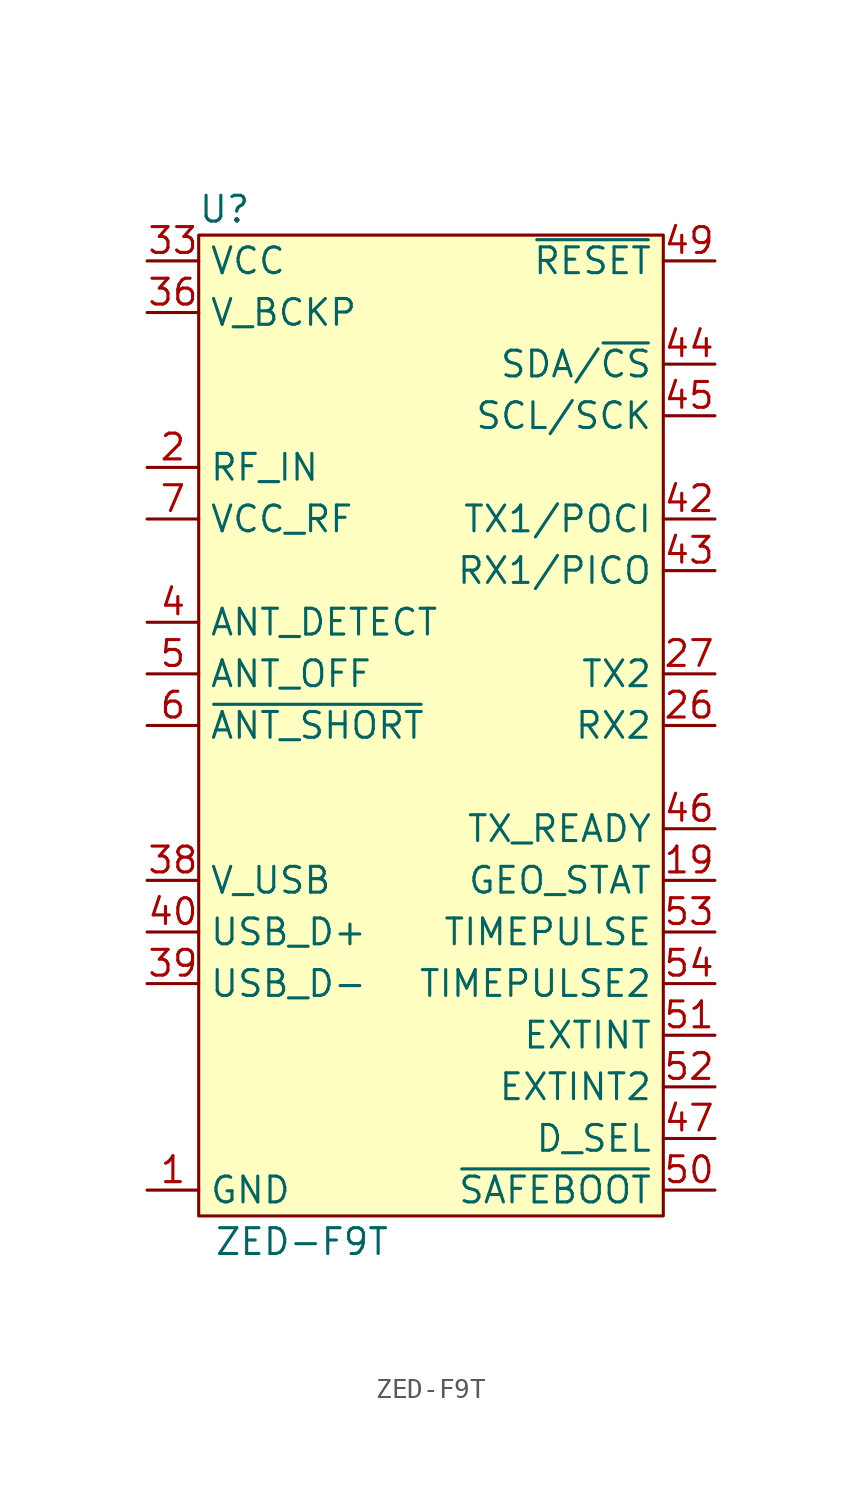
<source format=kicad_sym>
(kicad_symbol_lib
  (version 20231120)
  (generator "kicad_symbol_editor")
  (generator_version "8.0")
  (symbol "ZED-F9T"
    (property "Reference" "U"
      (at -10.16 25.4 0)
      (effects (font (size 1.27 1.27))))
    (property "Value" "ZED-F9T"
      (at -6.35 -25.4 0)
      (effects (font (size 1.27 1.27))))
    (symbol "ZED-F9T_1_0"
      (pin power_in line (at -13.97 -22.86 0) (length 2.54) (name "GND" (effects (font (size 1.27 1.27)))) (number "1" (effects (font (size 1.27 1.27)))))
      (pin power_in line (at -13.97 -22.86 0) (length 2.54) hide (name "GND" (effects (font (size 1.27 1.27)))) (number "100" (effects (font (size 1.27 1.27)))))
      (pin power_in line (at -13.97 -22.86 0) (length 2.54) hide (name "GND" (effects (font (size 1.27 1.27)))) (number "101" (effects (font (size 1.27 1.27)))))
      (pin power_in line (at -13.97 -22.86 0) (length 2.54) hide (name "GND" (effects (font (size 1.27 1.27)))) (number "102" (effects (font (size 1.27 1.27)))))
      (pin power_in line (at -13.97 -22.86 0) (length 2.54) hide (name "GND" (effects (font (size 1.27 1.27)))) (number "12" (effects (font (size 1.27 1.27)))))
      (pin power_in line (at -13.97 -22.86 0) (length 2.54) hide (name "GND" (effects (font (size 1.27 1.27)))) (number "14" (effects (font (size 1.27 1.27)))))
      (pin power_in line (at -13.97 -22.86 0) (length 2.54) hide (name "GND" (effects (font (size 1.27 1.27)))) (number "3" (effects (font (size 1.27 1.27)))))
      (pin power_in line (at -13.97 -22.86 0) (length 2.54) hide (name "GND" (effects (font (size 1.27 1.27)))) (number "32" (effects (font (size 1.27 1.27)))))
      (pin power_in line (at -13.97 -22.86 0) (length 2.54) hide (name "GND" (effects (font (size 1.27 1.27)))) (number "37" (effects (font (size 1.27 1.27)))))
      (pin power_in line (at -13.97 -22.86 0) (length 2.54) hide (name "GND" (effects (font (size 1.27 1.27)))) (number "41" (effects (font (size 1.27 1.27)))))
      (pin input line (at 13.97 -20.32 180) (length 2.54) (name "D_SEL" (effects (font (size 1.27 1.27)))) (number "47" (effects (font (size 1.27 1.27)))))
      (pin power_in line (at -13.97 -22.86 0) (length 2.54) hide (name "GND" (effects (font (size 1.27 1.27)))) (number "48" (effects (font (size 1.27 1.27)))))
      (pin input line (at 13.97 -22.86 180) (length 2.54) (name "~{SAFEBOOT}" (effects (font (size 1.27 1.27)))) (number "50" (effects (font (size 1.27 1.27)))))
      (pin input line (at 13.97 -15.24 180) (length 2.54) (name "EXTINT" (effects (font (size 1.27 1.27)))) (number "51" (effects (font (size 1.27 1.27)))))
      (pin input line (at 13.97 -17.78 180) (length 2.54) (name "EXTINT2" (effects (font (size 1.27 1.27)))) (number "52" (effects (font (size 1.27 1.27)))))
      (pin power_in line (at -13.97 -22.86 0) (length 2.54) hide (name "GND" (effects (font (size 1.27 1.27)))) (number "55" (effects (font (size 1.27 1.27)))))
      (pin power_in line (at -13.97 -22.86 0) (length 2.54) hide (name "GND" (effects (font (size 1.27 1.27)))) (number "56" (effects (font (size 1.27 1.27)))))
      (pin power_in line (at -13.97 -22.86 0) (length 2.54) hide (name "GND" (effects (font (size 1.27 1.27)))) (number "57" (effects (font (size 1.27 1.27)))))
      (pin power_in line (at -13.97 -22.86 0) (length 2.54) hide (name "GND" (effects (font (size 1.27 1.27)))) (number "58" (effects (font (size 1.27 1.27)))))
      (pin power_in line (at -13.97 -22.86 0) (length 2.54) hide (name "GND" (effects (font (size 1.27 1.27)))) (number "59" (effects (font (size 1.27 1.27)))))
      (pin power_in line (at -13.97 -22.86 0) (length 2.54) hide (name "GND" (effects (font (size 1.27 1.27)))) (number "60" (effects (font (size 1.27 1.27)))))
      (pin power_in line (at -13.97 -22.86 0) (length 2.54) hide (name "GND" (effects (font (size 1.27 1.27)))) (number "61" (effects (font (size 1.27 1.27)))))
      (pin power_in line (at -13.97 -22.86 0) (length 2.54) hide (name "GND" (effects (font (size 1.27 1.27)))) (number "62" (effects (font (size 1.27 1.27)))))
      (pin power_in line (at -13.97 -22.86 0) (length 2.54) hide (name "GND" (effects (font (size 1.27 1.27)))) (number "63" (effects (font (size 1.27 1.27)))))
      (pin power_in line (at -13.97 -22.86 0) (length 2.54) hide (name "GND" (effects (font (size 1.27 1.27)))) (number "64" (effects (font (size 1.27 1.27)))))
      (pin power_in line (at -13.97 -22.86 0) (length 2.54) hide (name "GND" (effects (font (size 1.27 1.27)))) (number "65" (effects (font (size 1.27 1.27)))))
      (pin power_in line (at -13.97 -22.86 0) (length 2.54) hide (name "GND" (effects (font (size 1.27 1.27)))) (number "66" (effects (font (size 1.27 1.27)))))
      (pin power_in line (at -13.97 -22.86 0) (length 2.54) hide (name "GND" (effects (font (size 1.27 1.27)))) (number "67" (effects (font (size 1.27 1.27)))))
      (pin power_in line (at -13.97 -22.86 0) (length 2.54) hide (name "GND" (effects (font (size 1.27 1.27)))) (number "68" (effects (font (size 1.27 1.27)))))
      (pin power_in line (at -13.97 -22.86 0) (length 2.54) hide (name "GND" (effects (font (size 1.27 1.27)))) (number "69" (effects (font (size 1.27 1.27)))))
      (pin power_in line (at -13.97 -22.86 0) (length 2.54) hide (name "GND" (effects (font (size 1.27 1.27)))) (number "70" (effects (font (size 1.27 1.27)))))
      (pin power_in line (at -13.97 -22.86 0) (length 2.54) hide (name "GND" (effects (font (size 1.27 1.27)))) (number "71" (effects (font (size 1.27 1.27)))))
      (pin power_in line (at -13.97 -22.86 0) (length 2.54) hide (name "GND" (effects (font (size 1.27 1.27)))) (number "72" (effects (font (size 1.27 1.27)))))
      (pin power_in line (at -13.97 -22.86 0) (length 2.54) hide (name "GND" (effects (font (size 1.27 1.27)))) (number "73" (effects (font (size 1.27 1.27)))))
      (pin power_in line (at -13.97 -22.86 0) (length 2.54) hide (name "GND" (effects (font (size 1.27 1.27)))) (number "74" (effects (font (size 1.27 1.27)))))
      (pin power_in line (at -13.97 -22.86 0) (length 2.54) hide (name "GND" (effects (font (size 1.27 1.27)))) (number "75" (effects (font (size 1.27 1.27)))))
      (pin power_in line (at -13.97 -22.86 0) (length 2.54) hide (name "GND" (effects (font (size 1.27 1.27)))) (number "76" (effects (font (size 1.27 1.27)))))
      (pin power_in line (at -13.97 -22.86 0) (length 2.54) hide (name "GND" (effects (font (size 1.27 1.27)))) (number "77" (effects (font (size 1.27 1.27)))))
      (pin power_in line (at -13.97 -22.86 0) (length 2.54) hide (name "GND" (effects (font (size 1.27 1.27)))) (number "78" (effects (font (size 1.27 1.27)))))
      (pin power_in line (at -13.97 -22.86 0) (length 2.54) hide (name "GND" (effects (font (size 1.27 1.27)))) (number "79" (effects (font (size 1.27 1.27)))))
      (pin power_in line (at -13.97 -22.86 0) (length 2.54) hide (name "GND" (effects (font (size 1.27 1.27)))) (number "80" (effects (font (size 1.27 1.27)))))
      (pin power_in line (at -13.97 -22.86 0) (length 2.54) hide (name "GND" (effects (font (size 1.27 1.27)))) (number "81" (effects (font (size 1.27 1.27)))))
      (pin power_in line (at -13.97 -22.86 0) (length 2.54) hide (name "GND" (effects (font (size 1.27 1.27)))) (number "82" (effects (font (size 1.27 1.27)))))
      (pin power_in line (at -13.97 -22.86 0) (length 2.54) hide (name "GND" (effects (font (size 1.27 1.27)))) (number "83" (effects (font (size 1.27 1.27)))))
      (pin power_in line (at -13.97 -22.86 0) (length 2.54) hide (name "GND" (effects (font (size 1.27 1.27)))) (number "84" (effects (font (size 1.27 1.27)))))
      (pin power_in line (at -13.97 -22.86 0) (length 2.54) hide (name "GND" (effects (font (size 1.27 1.27)))) (number "85" (effects (font (size 1.27 1.27)))))
      (pin power_in line (at -13.97 -22.86 0) (length 2.54) hide (name "GND" (effects (font (size 1.27 1.27)))) (number "86" (effects (font (size 1.27 1.27)))))
      (pin power_in line (at -13.97 -22.86 0) (length 2.54) hide (name "GND" (effects (font (size 1.27 1.27)))) (number "87" (effects (font (size 1.27 1.27)))))
      (pin power_in line (at -13.97 -22.86 0) (length 2.54) hide (name "GND" (effects (font (size 1.27 1.27)))) (number "88" (effects (font (size 1.27 1.27)))))
      (pin power_in line (at -13.97 -22.86 0) (length 2.54) hide (name "GND" (effects (font (size 1.27 1.27)))) (number "89" (effects (font (size 1.27 1.27)))))
      (pin power_in line (at -13.97 -22.86 0) (length 2.54) hide (name "GND" (effects (font (size 1.27 1.27)))) (number "90" (effects (font (size 1.27 1.27)))))
      (pin power_in line (at -13.97 -22.86 0) (length 2.54) hide (name "GND" (effects (font (size 1.27 1.27)))) (number "91" (effects (font (size 1.27 1.27)))))
      (pin power_in line (at -13.97 -22.86 0) (length 2.54) hide (name "GND" (effects (font (size 1.27 1.27)))) (number "92" (effects (font (size 1.27 1.27)))))
      (pin power_in line (at -13.97 -22.86 0) (length 2.54) hide (name "GND" (effects (font (size 1.27 1.27)))) (number "93" (effects (font (size 1.27 1.27)))))
      (pin power_in line (at -13.97 -22.86 0) (length 2.54) hide (name "GND" (effects (font (size 1.27 1.27)))) (number "94" (effects (font (size 1.27 1.27)))))
      (pin power_in line (at -13.97 -22.86 0) (length 2.54) hide (name "GND" (effects (font (size 1.27 1.27)))) (number "95" (effects (font (size 1.27 1.27)))))
      (pin power_in line (at -13.97 -22.86 0) (length 2.54) hide (name "GND" (effects (font (size 1.27 1.27)))) (number "96" (effects (font (size 1.27 1.27)))))
      (pin power_in line (at -13.97 -22.86 0) (length 2.54) hide (name "GND" (effects (font (size 1.27 1.27)))) (number "97" (effects (font (size 1.27 1.27)))))
      (pin power_in line (at -13.97 -22.86 0) (length 2.54) hide (name "GND" (effects (font (size 1.27 1.27)))) (number "98" (effects (font (size 1.27 1.27)))))
      (pin power_in line (at -13.97 -22.86 0) (length 2.54) hide (name "GND" (effects (font (size 1.27 1.27)))) (number "99" (effects (font (size 1.27 1.27))))))
    (symbol "ZED-F9T_1_1"
      (rectangle (start -11.43 24.13) (end 11.43 -24.13) (stroke (width 0) (type default)) (fill (type background)))
      (pin output line (at 13.97 -7.62 180) (length 2.54) (name "GEO_STAT" (effects (font (size 1.27 1.27)))) (number "19" (effects (font (size 1.27 1.27)))))
      (pin input line (at -13.97 12.7 0) (length 2.54) (name "RF_IN" (effects (font (size 1.27 1.27)))) (number "2" (effects (font (size 1.27 1.27)))))
      (pin input line (at 13.97 0 180) (length 2.54) (name "RX2" (effects (font (size 1.27 1.27)))) (number "26" (effects (font (size 1.27 1.27)))))
      (pin output line (at 13.97 2.54 180) (length 2.54) (name "TX2" (effects (font (size 1.27 1.27)))) (number "27" (effects (font (size 1.27 1.27)))))
      (pin power_in line (at -13.97 22.86 0) (length 2.54) (name "VCC" (effects (font (size 1.27 1.27)))) (number "33" (effects (font (size 1.27 1.27)))))
      (pin power_in line (at -13.97 22.86 0) (length 2.54) hide (name "VCC" (effects (font (size 1.27 1.27)))) (number "34" (effects (font (size 1.27 1.27)))))
      (pin power_in line (at -13.97 20.32 0) (length 2.54) (name "V_BCKP" (effects (font (size 1.27 1.27)))) (number "36" (effects (font (size 1.27 1.27)))))
      (pin power_in line (at -13.97 -7.62 0) (length 2.54) (name "V_USB" (effects (font (size 1.27 1.27)))) (number "38" (effects (font (size 1.27 1.27)))))
      (pin bidirectional line (at -13.97 -12.7 0) (length 2.54) (name "USB_D-" (effects (font (size 1.27 1.27)))) (number "39" (effects (font (size 1.27 1.27)))))
      (pin input line (at -13.97 5.08 0) (length 2.54) (name "ANT_DETECT" (effects (font (size 1.27 1.27)))) (number "4" (effects (font (size 1.27 1.27)))))
      (pin bidirectional line (at -13.97 -10.16 0) (length 2.54) (name "USB_D+" (effects (font (size 1.27 1.27)))) (number "40" (effects (font (size 1.27 1.27)))))
      (pin output line (at 13.97 10.16 180) (length 2.54) (name "TX1/POCI" (effects (font (size 1.27 1.27)))) (number "42" (effects (font (size 1.27 1.27)))))
      (pin input line (at 13.97 7.62 180) (length 2.54) (name "RX1/PICO" (effects (font (size 1.27 1.27)))) (number "43" (effects (font (size 1.27 1.27)))))
      (pin bidirectional line (at 13.97 17.78 180) (length 2.54) (name "SDA/~{CS}" (effects (font (size 1.27 1.27)))) (number "44" (effects (font (size 1.27 1.27)))))
      (pin bidirectional line (at 13.97 15.24 180) (length 2.54) (name "SCL/SCK" (effects (font (size 1.27 1.27)))) (number "45" (effects (font (size 1.27 1.27)))))
      (pin output line (at 13.97 -5.08 180) (length 2.54) (name "TX_READY" (effects (font (size 1.27 1.27)))) (number "46" (effects (font (size 1.27 1.27)))))
      (pin input line (at 13.97 22.86 180) (length 2.54) (name "~{RESET}" (effects (font (size 1.27 1.27)))) (number "49" (effects (font (size 1.27 1.27)))))
      (pin output line (at -13.97 2.54 0) (length 2.54) (name "ANT_OFF" (effects (font (size 1.27 1.27)))) (number "5" (effects (font (size 1.27 1.27)))))
      (pin output line (at 13.97 -10.16 180) (length 2.54) (name "TIMEPULSE" (effects (font (size 1.27 1.27)))) (number "53" (effects (font (size 1.27 1.27)))))
      (pin output line (at 13.97 -12.7 180) (length 2.54) (name "TIMEPULSE2" (effects (font (size 1.27 1.27)))) (number "54" (effects (font (size 1.27 1.27)))))
      (pin output line (at -13.97 0 0) (length 2.54) (name "~{ANT_SHORT}" (effects (font (size 1.27 1.27)))) (number "6" (effects (font (size 1.27 1.27)))))
      (pin power_out line (at -13.97 10.16 0) (length 2.54) (name "VCC_RF" (effects (font (size 1.27 1.27)))) (number "7" (effects (font (size 1.27 1.27))))))))
</source>
